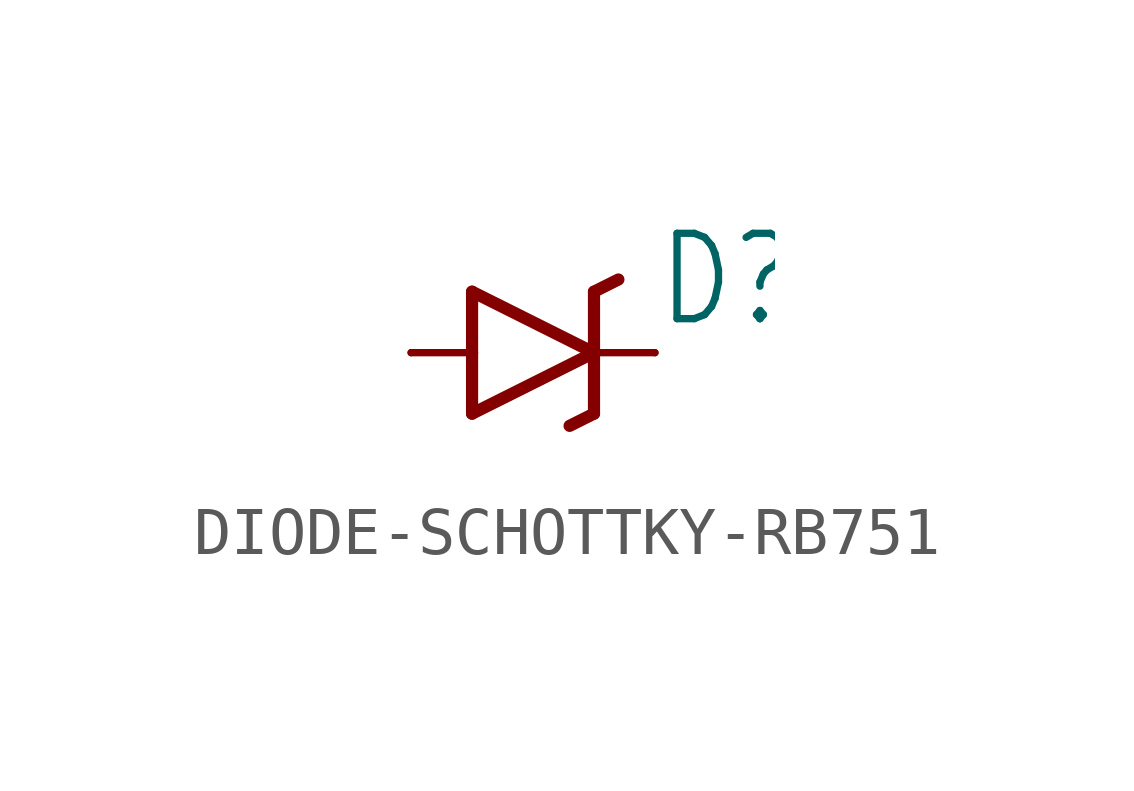
<source format=kicad_sym>
(kicad_symbol_lib
  (version 20231120)
  (generator "kicad_symbol_editor")
  (generator_version "8.0")
  (symbol "DIODE-SCHOTTKY-RB751"
    (property "Reference" "D"
      (at 2.54 0.483 0)
      (effects (font (size 1.778 1.511)) (justify left bottom)))
    (property "Value" ""
      (at 2.54 -2.311 0)
      (effects (font (size 1.778 1.511)) (justify left bottom)))
    (property "ki_locked" ""
      (at 0 0 0)
      (effects (font (size 1.27 1.27))))
    (symbol "DIODE-SCHOTTKY-RB751_1_0"
      (polyline (pts (xy -2.54 0) (xy -1.27 0)) (stroke (width 0.152) (type solid)) (fill (type none)))
      (polyline (pts (xy -1.27 -1.27) (xy 1.27 0)) (stroke (width 0.254) (type solid)) (fill (type none)))
      (polyline (pts (xy -1.27 0) (xy -1.27 -1.27)) (stroke (width 0.254) (type solid)) (fill (type none)))
      (polyline (pts (xy -1.27 1.27) (xy -1.27 0)) (stroke (width 0.254) (type solid)) (fill (type none)))
      (polyline (pts (xy 1.27 -1.27) (xy 0.762 -1.524)) (stroke (width 0.254) (type solid)) (fill (type none)))
      (polyline (pts (xy 1.27 0) (xy -1.27 1.27)) (stroke (width 0.254) (type solid)) (fill (type none)))
      (polyline (pts (xy 1.27 0) (xy 1.27 -1.27)) (stroke (width 0.254) (type solid)) (fill (type none)))
      (polyline (pts (xy 1.27 1.27) (xy 1.27 0)) (stroke (width 0.254) (type solid)) (fill (type none)))
      (polyline (pts (xy 1.27 1.27) (xy 1.778 1.524)) (stroke (width 0.254) (type solid)) (fill (type none)))
      (polyline (pts (xy 2.54 0) (xy 1.27 0)) (stroke (width 0.152) (type solid)) (fill (type none)))
      (pin passive line (at -2.54 0 0) (length 0) (name "A" (effects (font (size 0 0)))) (number "A" (effects (font (size 0 0)))))
      (pin passive line (at 2.54 0 180) (length 0) (name "C" (effects (font (size 0 0)))) (number "C" (effects (font (size 0 0))))))))
</source>
